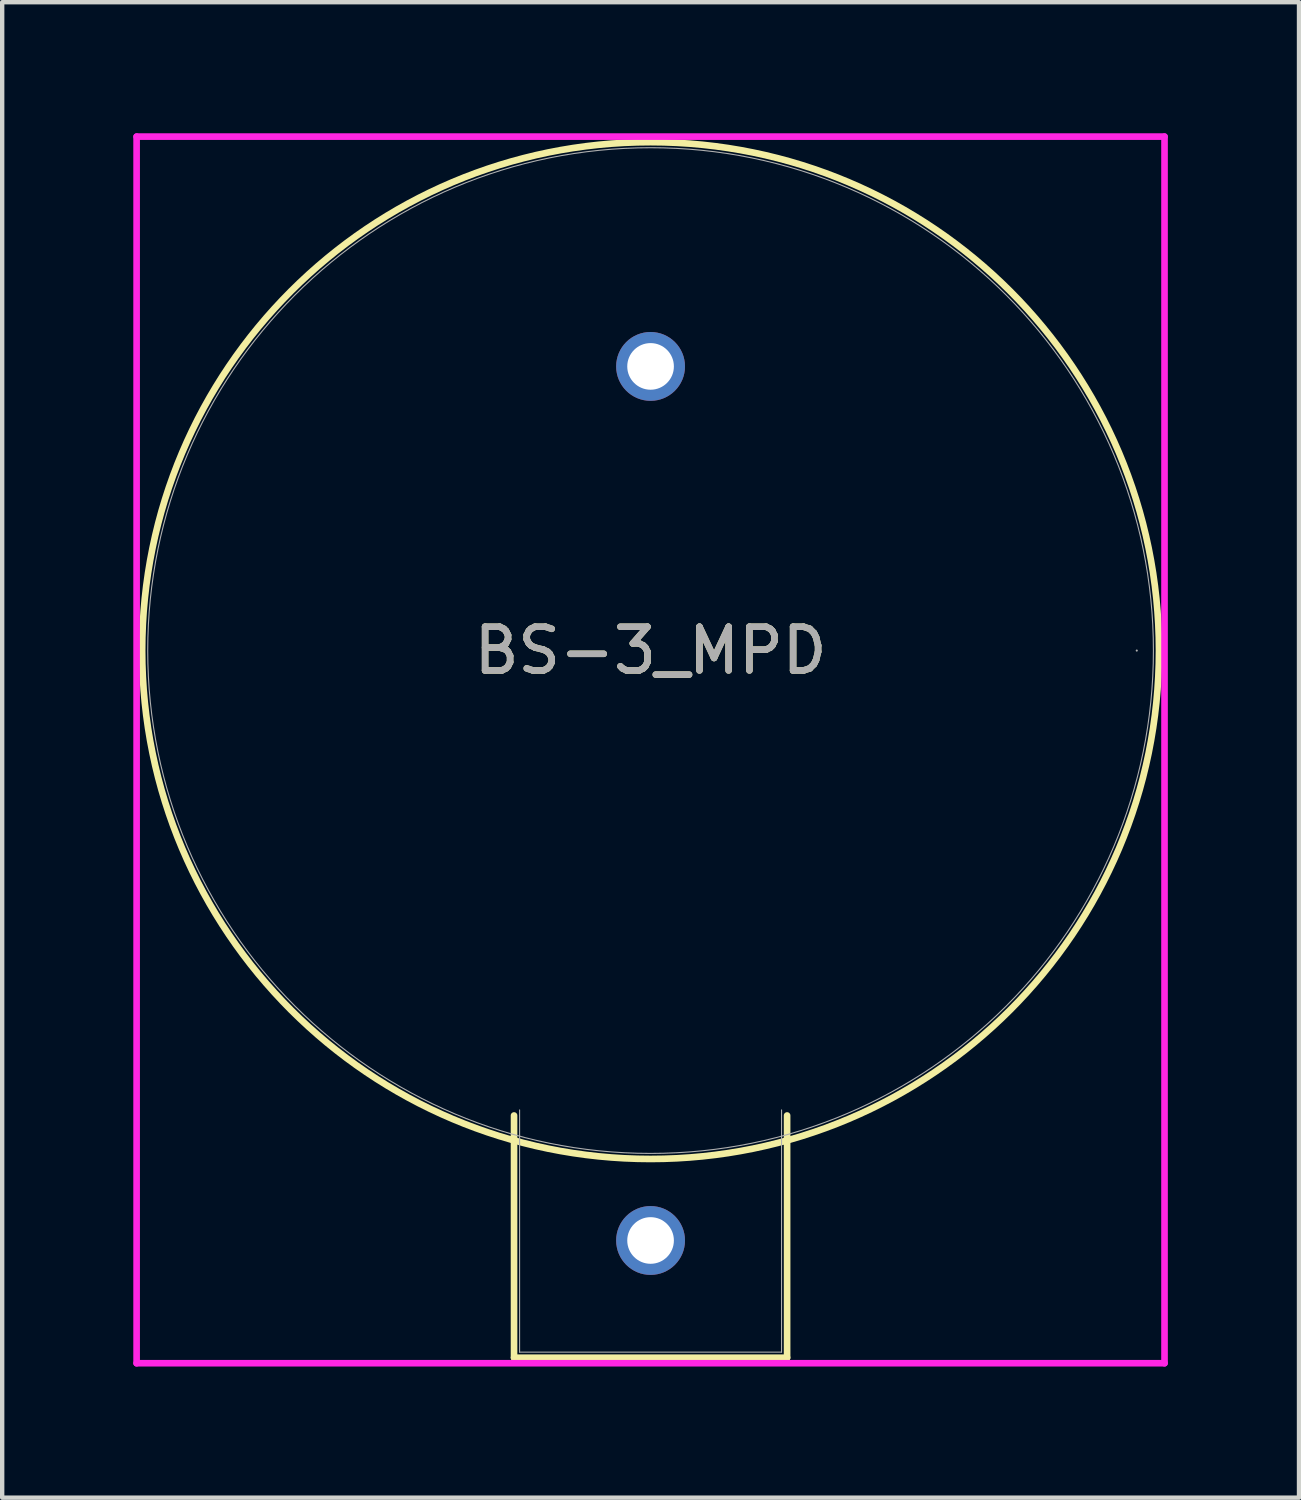
<source format=kicad_pcb>
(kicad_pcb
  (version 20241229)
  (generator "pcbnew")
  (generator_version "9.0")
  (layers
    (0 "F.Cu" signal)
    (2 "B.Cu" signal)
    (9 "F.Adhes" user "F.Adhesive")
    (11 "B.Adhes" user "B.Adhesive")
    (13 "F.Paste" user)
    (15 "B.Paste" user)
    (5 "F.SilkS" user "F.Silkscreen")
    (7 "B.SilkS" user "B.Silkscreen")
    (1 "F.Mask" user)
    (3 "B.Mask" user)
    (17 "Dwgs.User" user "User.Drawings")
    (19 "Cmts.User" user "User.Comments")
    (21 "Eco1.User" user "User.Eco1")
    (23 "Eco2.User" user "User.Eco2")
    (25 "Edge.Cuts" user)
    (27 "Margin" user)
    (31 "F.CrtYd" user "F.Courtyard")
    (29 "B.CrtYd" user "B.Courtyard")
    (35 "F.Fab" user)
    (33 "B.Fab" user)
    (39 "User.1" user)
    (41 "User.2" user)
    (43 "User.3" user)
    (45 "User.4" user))
  (footprint "BS-3_MPD"
    (layer "F.Cu")
    (at 11.836 11.836)
    (property "Reference" "BS-3_MPD" (at 0 0 0) (unlocked yes) (layer "F.SilkS") (effects (font (size 1 1) (thickness 0.15))))
    (attr through_hole)
    (fp_line (start -3.124 10.638) (end -3.124 16.18) (stroke (width 0.152) (type solid)) (layer "F.SilkS"))
    (fp_line (start -3.124 16.18) (end 3.124 16.18) (stroke (width 0.152) (type solid)) (layer "F.SilkS"))
    (fp_line (start 3.124 16.18) (end 3.124 10.638) (stroke (width 0.152) (type solid)) (layer "F.SilkS"))
    (fp_circle (center 0 0) (end 11.633 0) (stroke (width 0.152) (type solid)) (fill no) (layer "F.SilkS"))
    (fp_line (start -11.76 -11.76) (end 11.76 -11.76) (stroke (width 0.152) (type solid)) (layer "F.CrtYd"))
    (fp_line (start -11.76 16.307) (end -11.76 -11.76) (stroke (width 0.152) (type solid)) (layer "F.CrtYd"))
    (fp_line (start 11.76 -11.76) (end 11.76 16.307) (stroke (width 0.152) (type solid)) (layer "F.CrtYd"))
    (fp_line (start 11.76 16.307) (end -11.76 16.307) (stroke (width 0.152) (type solid)) (layer "F.CrtYd"))
    (fp_line (start -2.997 10.511) (end -2.997 16.053) (stroke (width 0.025) (type solid)) (layer "F.Fab"))
    (fp_line (start -2.997 16.053) (end 2.997 16.053) (stroke (width 0.025) (type solid)) (layer "F.Fab"))
    (fp_line (start 2.997 16.053) (end 2.997 10.511) (stroke (width 0.025) (type solid)) (layer "F.Fab"))
    (fp_circle (center 0 0) (end 11.506 0) (stroke (width 0.025) (type solid)) (fill no) (layer "F.Fab"))
    (fp_circle (center 11.125 0) (end 11.125 0) (stroke (width 0.025) (type solid)) (fill no) (layer "F.Fab"))
    (fp_text user "${REFERENCE}" (at 0 0 0) (unlocked yes) (layer "F.Fab") (effects (font (size 1 1) (thickness 0.15))))
    (pad "1" thru_hole circle (at 0 -6.502) (size 1.575 1.575) (drill 1.067) (layers "*.Cu" "*.Mask"))
    (pad "2" thru_hole circle (at 0 13.498) (size 1.575 1.575) (drill 1.067) (layers "*.Cu" "*.Mask")))
  (gr_rect
    (start -3 -3)
    (end 26.673 31.219)
    (stroke (width 0.1) (type default))
    (fill no)
    (layer "Edge.Cuts")))
</source>
